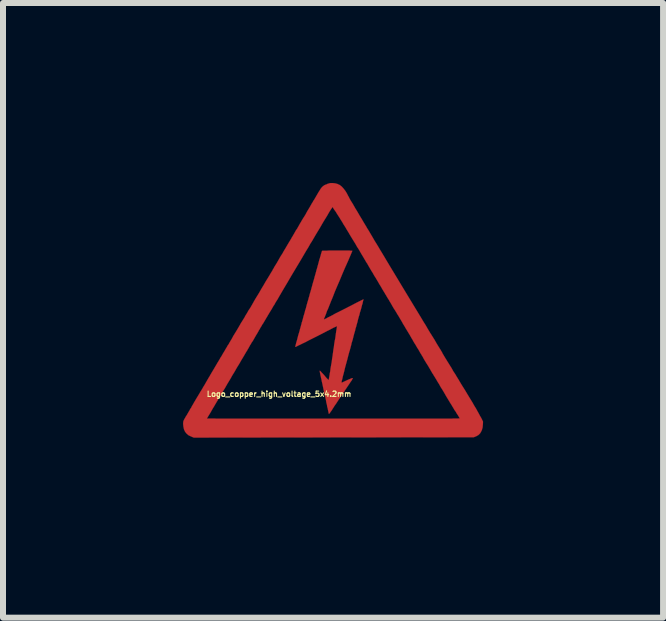
<source format=kicad_pcb>
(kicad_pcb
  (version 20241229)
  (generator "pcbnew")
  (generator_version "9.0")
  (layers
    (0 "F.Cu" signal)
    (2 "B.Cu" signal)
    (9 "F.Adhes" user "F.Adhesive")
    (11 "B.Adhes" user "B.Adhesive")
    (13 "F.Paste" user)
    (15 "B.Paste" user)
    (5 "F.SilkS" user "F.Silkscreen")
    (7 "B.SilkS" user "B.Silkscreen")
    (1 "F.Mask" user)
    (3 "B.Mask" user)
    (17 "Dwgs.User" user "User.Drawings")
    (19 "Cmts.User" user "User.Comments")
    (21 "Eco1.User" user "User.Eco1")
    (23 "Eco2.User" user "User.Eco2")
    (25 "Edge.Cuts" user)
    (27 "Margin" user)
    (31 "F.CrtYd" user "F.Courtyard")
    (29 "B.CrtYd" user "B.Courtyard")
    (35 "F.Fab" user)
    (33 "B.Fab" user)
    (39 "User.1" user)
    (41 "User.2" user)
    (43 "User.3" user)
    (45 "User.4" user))
  (footprint "Logo_copper_high_voltage_5x4.2mm"
    (layer "F.Cu")
    (at 2.501 2.117)
    (property "Reference" "Logo_copper_high_voltage_5x4.2mm" (at -0.9 1.4 0) (layer "F.SilkS") (effects (font (size 0.089 0.089) (thickness 0.018))))
    (attr through_hole)
    (fp_poly (pts (xy 0.508 -0.178) (xy 0.505 -0.173) (xy 0.503 -0.16) (xy 0.498 -0.142) (xy 0.493 -0.119) (xy 0.493 -0.114) (xy 0.483 -0.084) (xy 0.475 -0.051) (xy 0.465 -0.013) (xy 0.455 0.018) (xy 0.455 0.02) (xy 0.447 0.043) (xy 0.442 0.066) (xy 0.437 0.086) (xy 0.429 0.109) (xy 0.422 0.135) (xy 0.414 0.165) (xy 0.406 0.201) (xy 0.394 0.241) (xy 0.381 0.292) (xy 0.378 0.295) (xy 0.366 0.348) (xy 0.353 0.391) (xy 0.343 0.429) (xy 0.335 0.46) (xy 0.328 0.49) (xy 0.32 0.516) (xy 0.312 0.541) (xy 0.305 0.566) (xy 0.305 0.572) (xy 0.297 0.602) (xy 0.29 0.63) (xy 0.282 0.658) (xy 0.277 0.678) (xy 0.274 0.683) (xy 0.254 0.757) (xy 0.236 0.828) (xy 0.218 0.894) (xy 0.201 0.955) (xy 0.188 1.011) (xy 0.175 1.062) (xy 0.163 1.105) (xy 0.155 1.143) (xy 0.147 1.173) (xy 0.142 1.194) (xy 0.142 1.206) (xy 0.142 1.209) (xy 0.147 1.209) (xy 0.16 1.204) (xy 0.18 1.194) (xy 0.203 1.184) (xy 0.226 1.173) (xy 0.259 1.158) (xy 0.284 1.148) (xy 0.302 1.14) (xy 0.315 1.135) (xy 0.325 1.135) (xy 0.328 1.135) (xy 0.33 1.135) (xy 0.33 1.138) (xy 0.328 1.14) (xy 0.325 1.146) (xy 0.32 1.153) (xy 0.315 1.166) (xy 0.305 1.181) (xy 0.29 1.201) (xy 0.272 1.229) (xy 0.251 1.26) (xy 0.224 1.3) (xy 0.193 1.346) (xy 0.188 1.356) (xy 0.16 1.397) (xy 0.13 1.44) (xy 0.099 1.486) (xy 0.071 1.529) (xy 0.046 1.567) (xy 0.02 1.603) (xy 0.015 1.613) (xy -0.008 1.648) (xy -0.025 1.676) (xy -0.041 1.697) (xy -0.051 1.712) (xy -0.058 1.722) (xy -0.064 1.727) (xy -0.069 1.73) (xy -0.071 1.727) (xy -0.074 1.72) (xy -0.076 1.704) (xy -0.081 1.684) (xy -0.086 1.659) (xy -0.089 1.641) (xy -0.097 1.615) (xy -0.102 1.582) (xy -0.112 1.542) (xy -0.119 1.499) (xy -0.13 1.453) (xy -0.14 1.407) (xy -0.145 1.389) (xy -0.155 1.341) (xy -0.165 1.293) (xy -0.175 1.245) (xy -0.185 1.201) (xy -0.193 1.161) (xy -0.201 1.128) (xy -0.206 1.102) (xy -0.208 1.097) (xy -0.213 1.069) (xy -0.218 1.046) (xy -0.221 1.026) (xy -0.224 1.016) (xy -0.224 1.013) (xy -0.218 1.013) (xy -0.213 1.016) (xy -0.203 1.026) (xy -0.191 1.041) (xy -0.17 1.062) (xy -0.147 1.087) (xy -0.122 1.118) (xy -0.104 1.138) (xy -0.089 1.153) (xy -0.081 1.161) (xy -0.074 1.166) (xy -0.071 1.166) (xy -0.071 1.161) (xy -0.069 1.146) (xy -0.066 1.125) (xy -0.061 1.1) (xy -0.056 1.069) (xy -0.056 1.062) (xy -0.048 1.024) (xy -0.043 0.98) (xy -0.036 0.94) (xy -0.03 0.904) (xy -0.025 0.879) (xy -0.02 0.846) (xy -0.015 0.805) (xy -0.008 0.765) (xy -0.003 0.724) (xy 0 0.704) (xy 0.005 0.663) (xy 0.013 0.62) (xy 0.018 0.574) (xy 0.025 0.531) (xy 0.028 0.513) (xy 0.036 0.475) (xy 0.041 0.437) (xy 0.046 0.399) (xy 0.051 0.366) (xy 0.053 0.348) (xy 0.058 0.323) (xy 0.061 0.3) (xy 0.064 0.284) (xy 0.066 0.277) (xy 0.066 0.274) (xy 0.066 0.272) (xy 0.061 0.272) (xy 0.056 0.274) (xy 0.043 0.279) (xy 0.025 0.287) (xy 0.003 0.297) (xy -0.025 0.312) (xy -0.064 0.333) (xy -0.086 0.343) (xy -0.178 0.391) (xy -0.262 0.434) (xy -0.338 0.472) (xy -0.404 0.505) (xy -0.462 0.536) (xy -0.511 0.559) (xy -0.551 0.579) (xy -0.584 0.594) (xy -0.607 0.607) (xy -0.622 0.612) (xy -0.63 0.615) (xy -0.63 0.607) (xy -0.625 0.592) (xy -0.62 0.569) (xy -0.612 0.538) (xy -0.602 0.505) (xy -0.592 0.467) (xy -0.582 0.427) (xy -0.569 0.384) (xy -0.559 0.351) (xy -0.551 0.318) (xy -0.541 0.284) (xy -0.533 0.254) (xy -0.526 0.229) (xy -0.523 0.213) (xy -0.516 0.193) (xy -0.508 0.165) (xy -0.5 0.135) (xy -0.493 0.107) (xy -0.483 0.074) (xy -0.472 0.038) (xy -0.465 0.005) (xy -0.457 -0.015) (xy -0.45 -0.041) (xy -0.442 -0.074) (xy -0.432 -0.109) (xy -0.422 -0.145) (xy -0.414 -0.17) (xy -0.406 -0.201) (xy -0.396 -0.234) (xy -0.389 -0.264) (xy -0.381 -0.29) (xy -0.376 -0.305) (xy -0.373 -0.318) (xy -0.366 -0.34) (xy -0.358 -0.371) (xy -0.348 -0.406) (xy -0.338 -0.445) (xy -0.325 -0.488) (xy -0.312 -0.533) (xy -0.307 -0.554) (xy -0.292 -0.605) (xy -0.279 -0.655) (xy -0.264 -0.706) (xy -0.251 -0.754) (xy -0.239 -0.798) (xy -0.229 -0.838) (xy -0.218 -0.869) (xy -0.218 -0.874) (xy -0.208 -0.904) (xy -0.201 -0.932) (xy -0.193 -0.958) (xy -0.188 -0.975) (xy -0.183 -0.986) (xy -0.175 -0.988) (xy -0.163 -0.988) (xy -0.14 -0.988) (xy -0.109 -0.988) (xy -0.076 -0.991) (xy -0.038 -0.991) (xy 0 -0.991) (xy 0.043 -0.991) (xy 0.086 -0.991) (xy 0.132 -0.991) (xy 0.173 -0.991) (xy 0.211 -0.991) (xy 0.246 -0.991) (xy 0.274 -0.991) (xy 0.297 -0.988) (xy 0.312 -0.988) (xy 0.32 -0.988) (xy 0.32 -0.983) (xy 0.315 -0.97) (xy 0.307 -0.953) (xy 0.3 -0.935) (xy 0.251 -0.82) (xy 0.201 -0.709) (xy 0.155 -0.602) (xy 0.112 -0.498) (xy 0.069 -0.399) (xy 0.03 -0.307) (xy -0.003 -0.221) (xy -0.036 -0.142) (xy -0.064 -0.071) (xy -0.089 -0.008) (xy -0.097 0.005) (xy -0.109 0.038) (xy -0.119 0.069) (xy -0.13 0.094) (xy -0.137 0.114) (xy -0.145 0.13) (xy -0.145 0.132) (xy -0.15 0.145) (xy -0.152 0.155) (xy -0.152 0.157) (xy -0.147 0.155) (xy -0.135 0.15) (xy -0.114 0.14) (xy -0.086 0.124) (xy -0.051 0.107) (xy -0.01 0.086) (xy 0.033 0.061) (xy 0.084 0.036) (xy 0.14 0.008) (xy 0.201 -0.023) (xy 0.211 -0.028) (xy 0.259 -0.053) (xy 0.305 -0.076) (xy 0.348 -0.099) (xy 0.386 -0.119) (xy 0.422 -0.137) (xy 0.452 -0.152) (xy 0.478 -0.165) (xy 0.495 -0.173) (xy 0.505 -0.178) (xy 0.508 -0.178)) (stroke (width 0.003) (type solid)) (fill yes) (layer "F.Cu"))
    (fp_poly (pts (xy 2.499 1.859) (xy 2.497 1.91) (xy 2.492 1.958) (xy 2.479 2.004) (xy 2.459 2.042) (xy 2.449 2.057) (xy 2.436 2.07) (xy 2.423 2.083) (xy 2.405 2.093) (xy 2.388 2.103) (xy 2.344 2.121) (xy 2.111 2.121) (xy 2.111 1.803) (xy 2.106 1.796) (xy 2.098 1.783) (xy 2.088 1.765) (xy 2.073 1.742) (xy 2.065 1.73) (xy 2.055 1.714) (xy 2.05 1.704) (xy 2.042 1.692) (xy 2.035 1.681) (xy 2.027 1.671) (xy 2.019 1.659) (xy 2.012 1.646) (xy 2.002 1.628) (xy 1.989 1.608) (xy 1.976 1.585) (xy 1.958 1.557) (xy 1.938 1.524) (xy 1.915 1.486) (xy 1.887 1.44) (xy 1.857 1.387) (xy 1.824 1.331) (xy 1.793 1.283) (xy 1.768 1.237) (xy 1.742 1.196) (xy 1.72 1.158) (xy 1.699 1.123) (xy 1.681 1.095) (xy 1.669 1.074) (xy 1.659 1.059) (xy 1.654 1.052) (xy 1.648 1.041) (xy 1.638 1.024) (xy 1.626 1.003) (xy 1.61 0.975) (xy 1.593 0.947) (xy 1.585 0.932) (xy 1.562 0.897) (xy 1.539 0.859) (xy 1.514 0.818) (xy 1.494 0.78) (xy 1.473 0.747) (xy 1.473 0.744) (xy 1.453 0.714) (xy 1.435 0.681) (xy 1.417 0.65) (xy 1.4 0.625) (xy 1.389 0.605) (xy 1.377 0.584) (xy 1.359 0.556) (xy 1.341 0.526) (xy 1.323 0.493) (xy 1.303 0.46) (xy 1.283 0.424) (xy 1.26 0.386) (xy 1.234 0.343) (xy 1.209 0.302) (xy 1.189 0.267) (xy 1.168 0.234) (xy 1.146 0.193) (xy 1.12 0.15) (xy 1.095 0.107) (xy 1.069 0.066) (xy 1.059 0.048) (xy 1.036 0.01) (xy 1.011 -0.028) (xy 0.986 -0.071) (xy 0.963 -0.112) (xy 0.94 -0.15) (xy 0.932 -0.165) (xy 0.914 -0.193) (xy 0.897 -0.221) (xy 0.884 -0.244) (xy 0.871 -0.264) (xy 0.864 -0.277) (xy 0.864 -0.279) (xy 0.856 -0.29) (xy 0.846 -0.307) (xy 0.833 -0.328) (xy 0.818 -0.353) (xy 0.808 -0.371) (xy 0.792 -0.399) (xy 0.777 -0.422) (xy 0.765 -0.442) (xy 0.757 -0.457) (xy 0.752 -0.465) (xy 0.747 -0.475) (xy 0.737 -0.49) (xy 0.724 -0.513) (xy 0.709 -0.538) (xy 0.691 -0.566) (xy 0.683 -0.579) (xy 0.663 -0.615) (xy 0.638 -0.655) (xy 0.612 -0.699) (xy 0.587 -0.742) (xy 0.566 -0.78) (xy 0.564 -0.78) (xy 0.546 -0.81) (xy 0.528 -0.841) (xy 0.513 -0.866) (xy 0.5 -0.889) (xy 0.49 -0.904) (xy 0.488 -0.909) (xy 0.478 -0.925) (xy 0.465 -0.947) (xy 0.447 -0.978) (xy 0.427 -1.013) (xy 0.401 -1.052) (xy 0.376 -1.097) (xy 0.348 -1.143) (xy 0.318 -1.191) (xy 0.287 -1.242) (xy 0.259 -1.29) (xy 0.229 -1.339) (xy 0.201 -1.387) (xy 0.173 -1.43) (xy 0.15 -1.471) (xy 0.127 -1.506) (xy 0.109 -1.537) (xy 0.107 -1.539) (xy 0.086 -1.572) (xy 0.066 -1.603) (xy 0.048 -1.633) (xy 0.03 -1.659) (xy 0.013 -1.681) (xy 0.003 -1.699) (xy -0.005 -1.712) (xy -0.01 -1.717) (xy -0.013 -1.712) (xy -0.02 -1.699) (xy -0.033 -1.681) (xy -0.051 -1.654) (xy -0.071 -1.621) (xy -0.094 -1.58) (xy -0.122 -1.534) (xy -0.152 -1.486) (xy -0.185 -1.43) (xy -0.218 -1.372) (xy -0.257 -1.308) (xy -0.295 -1.245) (xy -0.335 -1.176) (xy -0.356 -1.14) (xy -0.363 -1.13) (xy -0.376 -1.11) (xy -0.389 -1.087) (xy -0.406 -1.057) (xy -0.424 -1.026) (xy -0.445 -0.993) (xy -0.528 -0.851) (xy -0.61 -0.714) (xy -0.688 -0.584) (xy -0.762 -0.457) (xy -0.836 -0.333) (xy -0.907 -0.211) (xy -0.927 -0.175) (xy -0.947 -0.145) (xy -0.965 -0.114) (xy -0.98 -0.086) (xy -0.996 -0.064) (xy -1.006 -0.046) (xy -1.008 -0.041) (xy -1.016 -0.028) (xy -1.029 -0.005) (xy -1.044 0.018) (xy -1.062 0.048) (xy -1.082 0.081) (xy -1.095 0.104) (xy -1.115 0.137) (xy -1.133 0.168) (xy -1.151 0.198) (xy -1.166 0.224) (xy -1.179 0.241) (xy -1.184 0.251) (xy -1.194 0.269) (xy -1.209 0.292) (xy -1.224 0.32) (xy -1.24 0.345) (xy -1.242 0.351) (xy -1.265 0.391) (xy -1.29 0.432) (xy -1.313 0.472) (xy -1.336 0.513) (xy -1.359 0.546) (xy -1.374 0.574) (xy -1.382 0.584) (xy -1.394 0.607) (xy -1.407 0.63) (xy -1.417 0.648) (xy -1.42 0.65) (xy -1.425 0.663) (xy -1.438 0.683) (xy -1.455 0.711) (xy -1.476 0.747) (xy -1.501 0.79) (xy -1.532 0.841) (xy -1.565 0.899) (xy -1.603 0.96) (xy -1.643 1.031) (xy -1.689 1.105) (xy -1.689 1.107) (xy -1.712 1.148) (xy -1.737 1.189) (xy -1.763 1.232) (xy -1.786 1.273) (xy -1.808 1.311) (xy -1.821 1.331) (xy -1.841 1.364) (xy -1.859 1.397) (xy -1.88 1.43) (xy -1.895 1.458) (xy -1.91 1.481) (xy -1.913 1.483) (xy -1.925 1.509) (xy -1.941 1.532) (xy -1.951 1.552) (xy -1.961 1.567) (xy -1.981 1.603) (xy -2.002 1.636) (xy -2.022 1.671) (xy -2.04 1.704) (xy -2.057 1.732) (xy -2.073 1.758) (xy -2.085 1.778) (xy -2.093 1.793) (xy -2.098 1.798) (xy -2.103 1.806) (xy -2.103 1.808) (xy -2.098 1.808) (xy -2.083 1.808) (xy -2.06 1.808) (xy -2.027 1.808) (xy -1.984 1.808) (xy -1.933 1.811) (xy -1.877 1.811) (xy -1.811 1.811) (xy -1.737 1.811) (xy -1.656 1.811) (xy -1.57 1.811) (xy -1.476 1.811) (xy -1.377 1.811) (xy -1.27 1.811) (xy -1.158 1.811) (xy -1.044 1.811) (xy -0.922 1.811) (xy -0.798 1.811) (xy -0.668 1.811) (xy -0.536 1.811) (xy -0.399 1.811) (xy -0.259 1.811) (xy -0.114 1.811) (xy 0.005 1.811) (xy 0.178 1.811) (xy 0.343 1.811) (xy 0.495 1.811) (xy 0.64 1.811) (xy 0.777 1.811) (xy 0.904 1.811) (xy 1.024 1.811) (xy 1.135 1.811) (xy 1.24 1.811) (xy 1.336 1.811) (xy 1.425 1.811) (xy 1.506 1.811) (xy 1.582 1.811) (xy 1.651 1.811) (xy 1.712 1.811) (xy 1.77 1.811) (xy 1.821 1.811) (xy 1.867 1.811) (xy 1.908 1.811) (xy 1.943 1.811) (xy 1.976 1.811) (xy 2.004 1.808) (xy 2.027 1.808) (xy 2.047 1.808) (xy 2.062 1.808) (xy 2.078 1.808) (xy 2.088 1.808) (xy 2.095 1.806) (xy 2.103 1.806) (xy 2.106 1.806) (xy 2.108 1.806) (xy 2.111 1.803) (xy 2.111 2.121) (xy 0.01 2.123) (xy -2.322 2.126) (xy -2.365 2.108) (xy -2.408 2.088) (xy -2.441 2.06) (xy -2.466 2.029) (xy -2.484 1.991) (xy -2.494 1.946) (xy -2.499 1.9) (xy -2.499 1.885) (xy -2.497 1.875) (xy -2.497 1.864) (xy -2.494 1.852) (xy -2.489 1.839) (xy -2.482 1.824) (xy -2.469 1.803) (xy -2.456 1.778) (xy -2.436 1.748) (xy -2.426 1.73) (xy -2.41 1.702) (xy -2.393 1.674) (xy -2.38 1.648) (xy -2.367 1.631) (xy -2.36 1.618) (xy -2.352 1.6) (xy -2.337 1.577) (xy -2.322 1.549) (xy -2.304 1.519) (xy -2.283 1.483) (xy -2.263 1.45) (xy -2.243 1.417) (xy -2.24 1.412) (xy -2.228 1.392) (xy -2.215 1.369) (xy -2.197 1.341) (xy -2.179 1.311) (xy -2.162 1.28) (xy -2.141 1.247) (xy -2.118 1.206) (xy -2.095 1.166) (xy -2.073 1.128) (xy -2.057 1.102) (xy -2.04 1.072) (xy -2.019 1.036) (xy -1.999 1.003) (xy -1.981 0.973) (xy -1.968 0.95) (xy -1.953 0.925) (xy -1.935 0.894) (xy -1.915 0.861) (xy -1.895 0.828) (xy -1.877 0.795) (xy -1.857 0.765) (xy -1.839 0.732) (xy -1.819 0.699) (xy -1.803 0.673) (xy -1.791 0.65) (xy -1.783 0.638) (xy -1.775 0.625) (xy -1.765 0.607) (xy -1.755 0.589) (xy -1.74 0.569) (xy -1.725 0.541) (xy -1.707 0.511) (xy -1.687 0.478) (xy -1.664 0.434) (xy -1.636 0.389) (xy -1.603 0.335) (xy -1.567 0.274) (xy -1.527 0.203) (xy -1.524 0.201) (xy -1.501 0.163) (xy -1.478 0.127) (xy -1.458 0.089) (xy -1.438 0.058) (xy -1.422 0.03) (xy -1.41 0.008) (xy -1.405 0) (xy -1.394 -0.015) (xy -1.379 -0.038) (xy -1.361 -0.069) (xy -1.341 -0.104) (xy -1.321 -0.14) (xy -1.298 -0.18) (xy -1.278 -0.213) (xy -1.234 -0.284) (xy -1.196 -0.351) (xy -1.158 -0.414) (xy -1.123 -0.475) (xy -1.09 -0.528) (xy -1.059 -0.579) (xy -1.034 -0.622) (xy -1.013 -0.655) (xy -1.003 -0.676) (xy -0.993 -0.691) (xy -0.98 -0.716) (xy -0.963 -0.744) (xy -0.94 -0.78) (xy -0.917 -0.82) (xy -0.894 -0.861) (xy -0.869 -0.904) (xy -0.848 -0.935) (xy -0.823 -0.98) (xy -0.795 -1.026) (xy -0.77 -1.069) (xy -0.744 -1.113) (xy -0.721 -1.151) (xy -0.701 -1.184) (xy -0.686 -1.212) (xy -0.678 -1.224) (xy -0.66 -1.255) (xy -0.64 -1.29) (xy -0.62 -1.326) (xy -0.599 -1.356) (xy -0.589 -1.374) (xy -0.574 -1.4) (xy -0.556 -1.433) (xy -0.536 -1.466) (xy -0.516 -1.501) (xy -0.5 -1.527) (xy -0.462 -1.587) (xy -0.432 -1.643) (xy -0.401 -1.694) (xy -0.376 -1.737) (xy -0.356 -1.773) (xy -0.338 -1.801) (xy -0.328 -1.821) (xy -0.32 -1.831) (xy -0.312 -1.844) (xy -0.3 -1.864) (xy -0.287 -1.887) (xy -0.272 -1.913) (xy -0.269 -1.918) (xy -0.246 -1.958) (xy -0.226 -1.989) (xy -0.211 -2.014) (xy -0.196 -2.035) (xy -0.183 -2.05) (xy -0.17 -2.062) (xy -0.155 -2.073) (xy -0.14 -2.083) (xy -0.122 -2.09) (xy -0.099 -2.098) (xy -0.097 -2.101) (xy -0.074 -2.108) (xy -0.058 -2.113) (xy -0.043 -2.116) (xy -0.028 -2.116) (xy -0.005 -2.116) (xy 0.036 -2.111) (xy 0.074 -2.101) (xy 0.112 -2.083) (xy 0.145 -2.057) (xy 0.175 -2.024) (xy 0.206 -1.984) (xy 0.236 -1.933) (xy 0.251 -1.902) (xy 0.259 -1.89) (xy 0.269 -1.869) (xy 0.284 -1.841) (xy 0.302 -1.811) (xy 0.325 -1.775) (xy 0.348 -1.735) (xy 0.371 -1.694) (xy 0.396 -1.654) (xy 0.422 -1.61) (xy 0.445 -1.57) (xy 0.467 -1.534) (xy 0.475 -1.521) (xy 0.488 -1.499) (xy 0.503 -1.473) (xy 0.521 -1.443) (xy 0.541 -1.41) (xy 0.561 -1.377) (xy 0.561 -1.374) (xy 0.589 -1.331) (xy 0.62 -1.278) (xy 0.655 -1.219) (xy 0.693 -1.153) (xy 0.739 -1.079) (xy 0.787 -0.998) (xy 0.838 -0.914) (xy 0.892 -0.823) (xy 0.95 -0.726) (xy 1.011 -0.625) (xy 1.074 -0.521) (xy 1.14 -0.411) (xy 1.209 -0.297) (xy 1.278 -0.183) (xy 1.349 -0.066) (xy 1.42 0.051) (xy 1.438 0.081) (xy 1.471 0.135) (xy 1.504 0.191) (xy 1.542 0.251) (xy 1.577 0.312) (xy 1.615 0.376) (xy 1.654 0.437) (xy 1.692 0.498) (xy 1.725 0.556) (xy 1.758 0.61) (xy 1.788 0.658) (xy 1.814 0.701) (xy 1.826 0.726) (xy 1.869 0.798) (xy 1.908 0.861) (xy 1.943 0.917) (xy 1.976 0.97) (xy 2.004 1.021) (xy 2.035 1.067) (xy 2.062 1.113) (xy 2.09 1.158) (xy 2.118 1.206) (xy 2.146 1.252) (xy 2.197 1.333) (xy 2.243 1.41) (xy 2.283 1.476) (xy 2.322 1.539) (xy 2.352 1.593) (xy 2.383 1.643) (xy 2.408 1.689) (xy 2.431 1.73) (xy 2.451 1.768) (xy 2.469 1.798) (xy 2.499 1.859)) (stroke (width 0.003) (type solid)) (fill yes) (layer "F.Cu")))
  (gr_rect
    (start -3 -3)
    (end 8.001 7.244)
    (stroke (width 0.1) (type default))
    (fill no)
    (layer "Edge.Cuts")))
</source>
